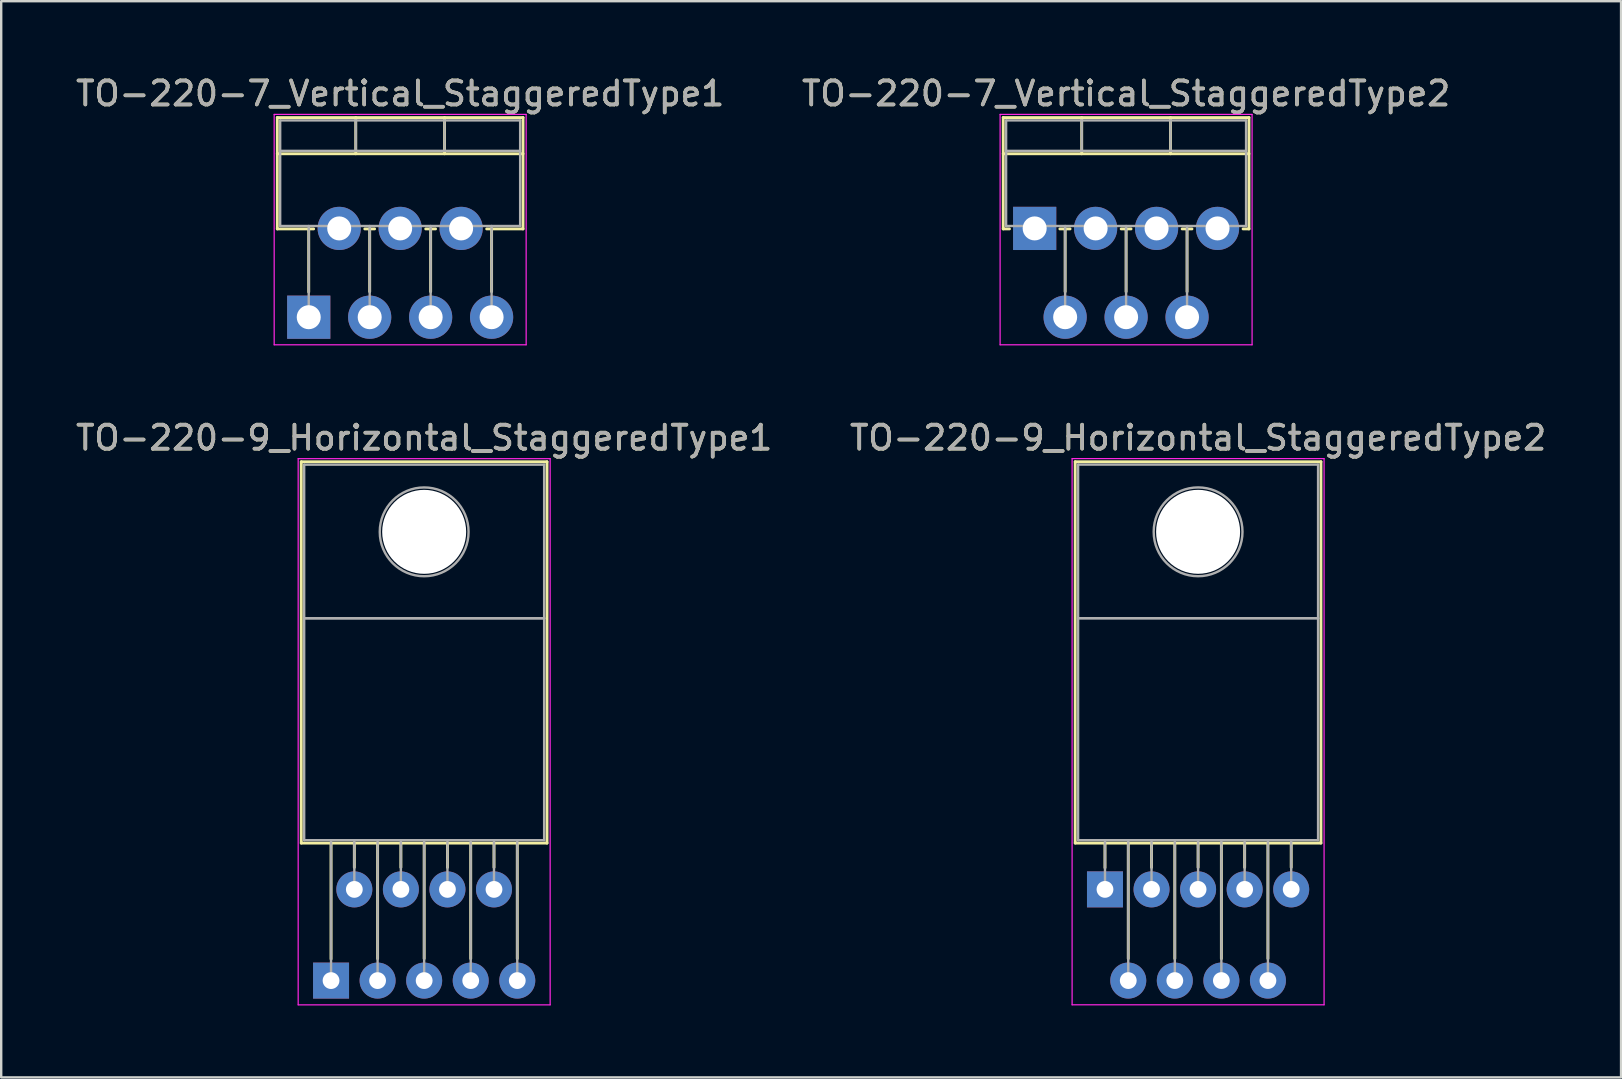
<source format=kicad_pcb>
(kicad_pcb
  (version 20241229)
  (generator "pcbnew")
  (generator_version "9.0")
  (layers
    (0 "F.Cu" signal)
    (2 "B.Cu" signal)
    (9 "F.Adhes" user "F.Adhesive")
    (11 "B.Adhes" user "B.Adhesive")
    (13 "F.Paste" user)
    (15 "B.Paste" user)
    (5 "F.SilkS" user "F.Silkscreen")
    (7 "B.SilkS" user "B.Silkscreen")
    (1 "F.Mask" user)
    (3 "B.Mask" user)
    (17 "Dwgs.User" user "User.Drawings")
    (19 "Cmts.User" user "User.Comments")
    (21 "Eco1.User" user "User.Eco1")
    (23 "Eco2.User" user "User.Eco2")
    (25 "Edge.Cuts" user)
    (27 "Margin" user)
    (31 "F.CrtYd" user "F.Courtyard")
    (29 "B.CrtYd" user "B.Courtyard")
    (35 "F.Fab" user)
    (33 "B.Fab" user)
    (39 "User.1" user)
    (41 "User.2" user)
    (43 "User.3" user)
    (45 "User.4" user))
  (footprint "TO-220-7_Vertical_StaggeredType2"
    (layer "F.Cu")
    (at 40.065 6.468)
    (property "Reference" "TO-220-7_Vertical_StaggeredType2" (at 3.81 -5.62 0) (layer "F.SilkS") (effects (font (size 1 1) (thickness 0.15))))
    (attr through_hole)
    (fp_line (start -1.31 -4.62) (end -1.31 0.021) (stroke (width 0.12) (type solid)) (layer "F.SilkS"))
    (fp_line (start -1.31 -4.62) (end 8.93 -4.62) (stroke (width 0.12) (type solid)) (layer "F.SilkS"))
    (fp_line (start -1.31 -3.111) (end 8.93 -3.111) (stroke (width 0.12) (type solid)) (layer "F.SilkS"))
    (fp_line (start -1.31 0.021) (end -1.05 0.021) (stroke (width 0.12) (type solid)) (layer "F.SilkS"))
    (fp_line (start 1.05 0.021) (end 1.475 0.021) (stroke (width 0.12) (type solid)) (layer "F.SilkS"))
    (fp_line (start 1.27 0.021) (end 1.27 2.635) (stroke (width 0.12) (type solid)) (layer "F.SilkS"))
    (fp_line (start 1.96 -4.62) (end 1.96 -3.111) (stroke (width 0.12) (type solid)) (layer "F.SilkS"))
    (fp_line (start 3.605 0.021) (end 4.016 0.021) (stroke (width 0.12) (type solid)) (layer "F.SilkS"))
    (fp_line (start 3.81 0.021) (end 3.81 2.635) (stroke (width 0.12) (type solid)) (layer "F.SilkS"))
    (fp_line (start 5.66 -4.62) (end 5.66 -3.111) (stroke (width 0.12) (type solid)) (layer "F.SilkS"))
    (fp_line (start 6.145 0.021) (end 6.555 0.021) (stroke (width 0.12) (type solid)) (layer "F.SilkS"))
    (fp_line (start 6.35 0.021) (end 6.35 2.635) (stroke (width 0.12) (type solid)) (layer "F.SilkS"))
    (fp_line (start 8.685 0.021) (end 8.93 0.021) (stroke (width 0.12) (type solid)) (layer "F.SilkS"))
    (fp_line (start 8.93 -4.62) (end 8.93 0.021) (stroke (width 0.12) (type solid)) (layer "F.SilkS"))
    (fp_line (start -1.44 -4.75) (end -1.44 4.85) (stroke (width 0.05) (type solid)) (layer "F.CrtYd"))
    (fp_line (start -1.44 4.85) (end 9.06 4.85) (stroke (width 0.05) (type solid)) (layer "F.CrtYd"))
    (fp_line (start 9.06 -4.75) (end -1.44 -4.75) (stroke (width 0.05) (type solid)) (layer "F.CrtYd"))
    (fp_line (start 9.06 4.85) (end 9.06 -4.75) (stroke (width 0.05) (type solid)) (layer "F.CrtYd"))
    (fp_line (start -1.19 -4.5) (end -1.19 -0.1) (stroke (width 0.1) (type solid)) (layer "F.Fab"))
    (fp_line (start -1.19 -3.23) (end 8.81 -3.23) (stroke (width 0.1) (type solid)) (layer "F.Fab"))
    (fp_line (start -1.19 -0.1) (end 8.81 -0.1) (stroke (width 0.1) (type solid)) (layer "F.Fab"))
    (fp_line (start 0 -0.1) (end 0 0) (stroke (width 0.1) (type solid)) (layer "F.Fab"))
    (fp_line (start 1.27 -0.1) (end 1.27 3.7) (stroke (width 0.1) (type solid)) (layer "F.Fab"))
    (fp_line (start 1.96 -4.5) (end 1.96 -3.23) (stroke (width 0.1) (type solid)) (layer "F.Fab"))
    (fp_line (start 2.54 -0.1) (end 2.54 0) (stroke (width 0.1) (type solid)) (layer "F.Fab"))
    (fp_line (start 3.81 -0.1) (end 3.81 3.7) (stroke (width 0.1) (type solid)) (layer "F.Fab"))
    (fp_line (start 5.08 -0.1) (end 5.08 0) (stroke (width 0.1) (type solid)) (layer "F.Fab"))
    (fp_line (start 5.66 -4.5) (end 5.66 -3.23) (stroke (width 0.1) (type solid)) (layer "F.Fab"))
    (fp_line (start 6.35 -0.1) (end 6.35 3.7) (stroke (width 0.1) (type solid)) (layer "F.Fab"))
    (fp_line (start 7.62 -0.1) (end 7.62 0) (stroke (width 0.1) (type solid)) (layer "F.Fab"))
    (fp_line (start 8.81 -4.5) (end -1.19 -4.5) (stroke (width 0.1) (type solid)) (layer "F.Fab"))
    (fp_line (start 8.81 -0.1) (end 8.81 -4.5) (stroke (width 0.1) (type solid)) (layer "F.Fab"))
    (fp_text user "${REFERENCE}" (at 3.81 -5.62 0) (layer "F.Fab") (effects (font (size 1 1) (thickness 0.15))))
    (pad "1" thru_hole rect (at 0 0) (size 1.8 1.8) (drill 1) (layers "*.Cu" "*.Mask"))
    (pad "2" thru_hole oval (at 1.27 3.7) (size 1.8 1.8) (drill 1) (layers "*.Cu" "*.Mask"))
    (pad "3" thru_hole oval (at 2.54 0) (size 1.8 1.8) (drill 1) (layers "*.Cu" "*.Mask"))
    (pad "4" thru_hole oval (at 3.81 3.7) (size 1.8 1.8) (drill 1) (layers "*.Cu" "*.Mask"))
    (pad "5" thru_hole oval (at 5.08 0) (size 1.8 1.8) (drill 1) (layers "*.Cu" "*.Mask"))
    (pad "6" thru_hole oval (at 6.35 3.7) (size 1.8 1.8) (drill 1) (layers "*.Cu" "*.Mask"))
    (pad "7" thru_hole oval (at 7.62 0) (size 1.8 1.8) (drill 1) (layers "*.Cu" "*.Mask")))
  (footprint "TO-220-9_Horizontal_StaggeredType1"
    (layer "F.Cu")
    (at 10.745 37.812)
    (property "Reference" "TO-220-9_Horizontal_StaggeredType1" (at 3.88 -22.62 0) (layer "F.SilkS") (effects (font (size 1 1) (thickness 0.15))))
    (attr through_hole)
    (fp_line (start -1.241 -21.62) (end -1.241 -5.73) (stroke (width 0.12) (type solid)) (layer "F.SilkS"))
    (fp_line (start -1.241 -21.62) (end 9 -21.62) (stroke (width 0.12) (type solid)) (layer "F.SilkS"))
    (fp_line (start -1.241 -5.73) (end 9 -5.73) (stroke (width 0.12) (type solid)) (layer "F.SilkS"))
    (fp_line (start 0 -5.73) (end 0 -0.9) (stroke (width 0.12) (type solid)) (layer "F.SilkS"))
    (fp_line (start 0.97 -5.73) (end 0.97 -4.716) (stroke (width 0.12) (type solid)) (layer "F.SilkS"))
    (fp_line (start 1.94 -5.73) (end 1.94 -0.915) (stroke (width 0.12) (type solid)) (layer "F.SilkS"))
    (fp_line (start 2.91 -5.73) (end 2.91 -4.716) (stroke (width 0.12) (type solid)) (layer "F.SilkS"))
    (fp_line (start 3.88 -5.73) (end 3.88 -0.915) (stroke (width 0.12) (type solid)) (layer "F.SilkS"))
    (fp_line (start 4.85 -5.73) (end 4.85 -4.716) (stroke (width 0.12) (type solid)) (layer "F.SilkS"))
    (fp_line (start 5.82 -5.73) (end 5.82 -0.915) (stroke (width 0.12) (type solid)) (layer "F.SilkS"))
    (fp_line (start 6.79 -5.73) (end 6.79 -4.716) (stroke (width 0.12) (type solid)) (layer "F.SilkS"))
    (fp_line (start 7.76 -5.73) (end 7.76 -0.915) (stroke (width 0.12) (type solid)) (layer "F.SilkS"))
    (fp_line (start 9 -21.62) (end 9 -5.73) (stroke (width 0.12) (type solid)) (layer "F.SilkS"))
    (fp_line (start -1.37 -21.75) (end -1.37 1.01) (stroke (width 0.05) (type solid)) (layer "F.CrtYd"))
    (fp_line (start -1.37 1.01) (end 9.13 1.01) (stroke (width 0.05) (type solid)) (layer "F.CrtYd"))
    (fp_line (start 9.13 -21.75) (end -1.37 -21.75) (stroke (width 0.05) (type solid)) (layer "F.CrtYd"))
    (fp_line (start 9.13 1.01) (end 9.13 -21.75) (stroke (width 0.05) (type solid)) (layer "F.CrtYd"))
    (fp_line (start -1.12 -21.5) (end 8.88 -21.5) (stroke (width 0.1) (type solid)) (layer "F.Fab"))
    (fp_line (start -1.12 -15.1) (end -1.12 -21.5) (stroke (width 0.1) (type solid)) (layer "F.Fab"))
    (fp_line (start -1.12 -15.1) (end 8.88 -15.1) (stroke (width 0.1) (type solid)) (layer "F.Fab"))
    (fp_line (start -1.12 -5.85) (end -1.12 -15.1) (stroke (width 0.1) (type solid)) (layer "F.Fab"))
    (fp_line (start 0 -5.85) (end 0 0) (stroke (width 0.1) (type solid)) (layer "F.Fab"))
    (fp_line (start 0.97 -5.85) (end 0.97 -3.8) (stroke (width 0.1) (type solid)) (layer "F.Fab"))
    (fp_line (start 1.94 -5.85) (end 1.94 0) (stroke (width 0.1) (type solid)) (layer "F.Fab"))
    (fp_line (start 2.91 -5.85) (end 2.91 -3.8) (stroke (width 0.1) (type solid)) (layer "F.Fab"))
    (fp_line (start 3.88 -5.85) (end 3.88 0) (stroke (width 0.1) (type solid)) (layer "F.Fab"))
    (fp_line (start 4.85 -5.85) (end 4.85 -3.8) (stroke (width 0.1) (type solid)) (layer "F.Fab"))
    (fp_line (start 5.82 -5.85) (end 5.82 0) (stroke (width 0.1) (type solid)) (layer "F.Fab"))
    (fp_line (start 6.79 -5.85) (end 6.79 -3.8) (stroke (width 0.1) (type solid)) (layer "F.Fab"))
    (fp_line (start 7.76 -5.85) (end 7.76 0) (stroke (width 0.1) (type solid)) (layer "F.Fab"))
    (fp_line (start 8.88 -21.5) (end 8.88 -15.1) (stroke (width 0.1) (type solid)) (layer "F.Fab"))
    (fp_line (start 8.88 -15.1) (end -1.12 -15.1) (stroke (width 0.1) (type solid)) (layer "F.Fab"))
    (fp_line (start 8.88 -15.1) (end 8.88 -5.85) (stroke (width 0.1) (type solid)) (layer "F.Fab"))
    (fp_line (start 8.88 -5.85) (end -1.12 -5.85) (stroke (width 0.1) (type solid)) (layer "F.Fab"))
    (fp_circle (center 3.88 -18.7) (end 5.73 -18.7) (stroke (width 0.1) (type solid)) (fill no) (layer "F.Fab"))
    (fp_text user "${REFERENCE}" (at 3.88 -22.62 0) (layer "F.Fab") (effects (font (size 1 1) (thickness 0.15))))
    (pad "" np_thru_hole oval (at 3.88 -18.7) (size 3.5 3.5) (drill 3.5) (layers "*.Cu" "*.Mask"))
    (pad "1" thru_hole rect (at 0 0) (size 1.5 1.5) (drill 0.7) (layers "*.Cu" "*.Mask"))
    (pad "2" thru_hole oval (at 0.97 -3.8) (size 1.5 1.5) (drill 0.7) (layers "*.Cu" "*.Mask"))
    (pad "3" thru_hole oval (at 1.94 0) (size 1.5 1.5) (drill 0.7) (layers "*.Cu" "*.Mask"))
    (pad "4" thru_hole oval (at 2.91 -3.8) (size 1.5 1.5) (drill 0.7) (layers "*.Cu" "*.Mask"))
    (pad "5" thru_hole oval (at 3.88 0) (size 1.5 1.5) (drill 0.7) (layers "*.Cu" "*.Mask"))
    (pad "6" thru_hole oval (at 4.85 -3.8) (size 1.5 1.5) (drill 0.7) (layers "*.Cu" "*.Mask"))
    (pad "7" thru_hole oval (at 5.82 0) (size 1.5 1.5) (drill 0.7) (layers "*.Cu" "*.Mask"))
    (pad "8" thru_hole oval (at 6.79 -3.8) (size 1.5 1.5) (drill 0.7) (layers "*.Cu" "*.Mask"))
    (pad "9" thru_hole oval (at 7.76 0) (size 1.5 1.5) (drill 0.7) (layers "*.Cu" "*.Mask")))
  (footprint "TO-220-9_Horizontal_StaggeredType2"
    (layer "F.Cu")
    (at 42.995 34.011)
    (property "Reference" "TO-220-9_Horizontal_StaggeredType2" (at 3.88 -18.82 0) (layer "F.SilkS") (effects (font (size 1 1) (thickness 0.15))))
    (attr through_hole)
    (fp_line (start -1.241 -17.82) (end -1.241 -1.93) (stroke (width 0.12) (type solid)) (layer "F.SilkS"))
    (fp_line (start -1.241 -17.82) (end 9 -17.82) (stroke (width 0.12) (type solid)) (layer "F.SilkS"))
    (fp_line (start -1.241 -1.93) (end 9 -1.93) (stroke (width 0.12) (type solid)) (layer "F.SilkS"))
    (fp_line (start 0 -1.93) (end 0 -0.9) (stroke (width 0.12) (type solid)) (layer "F.SilkS"))
    (fp_line (start 0.97 -1.93) (end 0.97 2.885) (stroke (width 0.12) (type solid)) (layer "F.SilkS"))
    (fp_line (start 1.94 -1.93) (end 1.94 -0.916) (stroke (width 0.12) (type solid)) (layer "F.SilkS"))
    (fp_line (start 2.91 -1.93) (end 2.91 2.885) (stroke (width 0.12) (type solid)) (layer "F.SilkS"))
    (fp_line (start 3.88 -1.93) (end 3.88 -0.916) (stroke (width 0.12) (type solid)) (layer "F.SilkS"))
    (fp_line (start 4.85 -1.93) (end 4.85 2.885) (stroke (width 0.12) (type solid)) (layer "F.SilkS"))
    (fp_line (start 5.82 -1.93) (end 5.82 -0.916) (stroke (width 0.12) (type solid)) (layer "F.SilkS"))
    (fp_line (start 6.79 -1.93) (end 6.79 2.885) (stroke (width 0.12) (type solid)) (layer "F.SilkS"))
    (fp_line (start 7.76 -1.93) (end 7.76 -0.916) (stroke (width 0.12) (type solid)) (layer "F.SilkS"))
    (fp_line (start 9 -17.82) (end 9 -1.93) (stroke (width 0.12) (type solid)) (layer "F.SilkS"))
    (fp_line (start -1.37 -17.95) (end -1.37 4.81) (stroke (width 0.05) (type solid)) (layer "F.CrtYd"))
    (fp_line (start -1.37 4.81) (end 9.13 4.81) (stroke (width 0.05) (type solid)) (layer "F.CrtYd"))
    (fp_line (start 9.13 -17.95) (end -1.37 -17.95) (stroke (width 0.05) (type solid)) (layer "F.CrtYd"))
    (fp_line (start 9.13 4.81) (end 9.13 -17.95) (stroke (width 0.05) (type solid)) (layer "F.CrtYd"))
    (fp_line (start -1.12 -17.7) (end 8.88 -17.7) (stroke (width 0.1) (type solid)) (layer "F.Fab"))
    (fp_line (start -1.12 -11.3) (end -1.12 -17.7) (stroke (width 0.1) (type solid)) (layer "F.Fab"))
    (fp_line (start -1.12 -11.3) (end 8.88 -11.3) (stroke (width 0.1) (type solid)) (layer "F.Fab"))
    (fp_line (start -1.12 -2.05) (end -1.12 -11.3) (stroke (width 0.1) (type solid)) (layer "F.Fab"))
    (fp_line (start 0 -2.05) (end 0 0) (stroke (width 0.1) (type solid)) (layer "F.Fab"))
    (fp_line (start 0.97 -2.05) (end 0.97 3.8) (stroke (width 0.1) (type solid)) (layer "F.Fab"))
    (fp_line (start 1.94 -2.05) (end 1.94 0) (stroke (width 0.1) (type solid)) (layer "F.Fab"))
    (fp_line (start 2.91 -2.05) (end 2.91 3.8) (stroke (width 0.1) (type solid)) (layer "F.Fab"))
    (fp_line (start 3.88 -2.05) (end 3.88 0) (stroke (width 0.1) (type solid)) (layer "F.Fab"))
    (fp_line (start 4.85 -2.05) (end 4.85 3.8) (stroke (width 0.1) (type solid)) (layer "F.Fab"))
    (fp_line (start 5.82 -2.05) (end 5.82 0) (stroke (width 0.1) (type solid)) (layer "F.Fab"))
    (fp_line (start 6.79 -2.05) (end 6.79 3.8) (stroke (width 0.1) (type solid)) (layer "F.Fab"))
    (fp_line (start 7.76 -2.05) (end 7.76 0) (stroke (width 0.1) (type solid)) (layer "F.Fab"))
    (fp_line (start 8.88 -17.7) (end 8.88 -11.3) (stroke (width 0.1) (type solid)) (layer "F.Fab"))
    (fp_line (start 8.88 -11.3) (end -1.12 -11.3) (stroke (width 0.1) (type solid)) (layer "F.Fab"))
    (fp_line (start 8.88 -11.3) (end 8.88 -2.05) (stroke (width 0.1) (type solid)) (layer "F.Fab"))
    (fp_line (start 8.88 -2.05) (end -1.12 -2.05) (stroke (width 0.1) (type solid)) (layer "F.Fab"))
    (fp_circle (center 3.88 -14.9) (end 5.73 -14.9) (stroke (width 0.1) (type solid)) (fill no) (layer "F.Fab"))
    (fp_text user "${REFERENCE}" (at 3.88 -18.82 0) (layer "F.Fab") (effects (font (size 1 1) (thickness 0.15))))
    (pad "" np_thru_hole oval (at 3.88 -14.9) (size 3.5 3.5) (drill 3.5) (layers "*.Cu" "*.Mask"))
    (pad "1" thru_hole rect (at 0 0) (size 1.5 1.5) (drill 0.7) (layers "*.Cu" "*.Mask"))
    (pad "2" thru_hole oval (at 0.97 3.8) (size 1.5 1.5) (drill 0.7) (layers "*.Cu" "*.Mask"))
    (pad "3" thru_hole oval (at 1.94 0) (size 1.5 1.5) (drill 0.7) (layers "*.Cu" "*.Mask"))
    (pad "4" thru_hole oval (at 2.91 3.8) (size 1.5 1.5) (drill 0.7) (layers "*.Cu" "*.Mask"))
    (pad "5" thru_hole oval (at 3.88 0) (size 1.5 1.5) (drill 0.7) (layers "*.Cu" "*.Mask"))
    (pad "6" thru_hole oval (at 4.85 3.8) (size 1.5 1.5) (drill 0.7) (layers "*.Cu" "*.Mask"))
    (pad "7" thru_hole oval (at 5.82 0) (size 1.5 1.5) (drill 0.7) (layers "*.Cu" "*.Mask"))
    (pad "8" thru_hole oval (at 6.79 3.8) (size 1.5 1.5) (drill 0.7) (layers "*.Cu" "*.Mask"))
    (pad "9" thru_hole oval (at 7.76 0) (size 1.5 1.5) (drill 0.7) (layers "*.Cu" "*.Mask")))
  (footprint "TO-220-7_Vertical_StaggeredType1"
    (layer "F.Cu")
    (at 9.815 10.168)
    (property "Reference" "TO-220-7_Vertical_StaggeredType1" (at 3.81 -9.32 0) (layer "F.SilkS") (effects (font (size 1 1) (thickness 0.15))))
    (attr through_hole)
    (fp_line (start -1.31 -8.32) (end -1.31 -3.679) (stroke (width 0.12) (type solid)) (layer "F.SilkS"))
    (fp_line (start -1.31 -8.32) (end 8.93 -8.32) (stroke (width 0.12) (type solid)) (layer "F.SilkS"))
    (fp_line (start -1.31 -6.811) (end 8.93 -6.811) (stroke (width 0.12) (type solid)) (layer "F.SilkS"))
    (fp_line (start -1.31 -3.679) (end 0.205 -3.679) (stroke (width 0.12) (type solid)) (layer "F.SilkS"))
    (fp_line (start 0 -3.679) (end 0 -1.049) (stroke (width 0.12) (type solid)) (layer "F.SilkS"))
    (fp_line (start 1.96 -8.32) (end 1.96 -6.811) (stroke (width 0.12) (type solid)) (layer "F.SilkS"))
    (fp_line (start 2.336 -3.679) (end 2.745 -3.679) (stroke (width 0.12) (type solid)) (layer "F.SilkS"))
    (fp_line (start 2.54 -3.679) (end 2.54 -1.065) (stroke (width 0.12) (type solid)) (layer "F.SilkS"))
    (fp_line (start 4.875 -3.679) (end 5.285 -3.679) (stroke (width 0.12) (type solid)) (layer "F.SilkS"))
    (fp_line (start 5.08 -3.679) (end 5.08 -1.065) (stroke (width 0.12) (type solid)) (layer "F.SilkS"))
    (fp_line (start 5.66 -8.32) (end 5.66 -6.811) (stroke (width 0.12) (type solid)) (layer "F.SilkS"))
    (fp_line (start 7.415 -3.679) (end 8.93 -3.679) (stroke (width 0.12) (type solid)) (layer "F.SilkS"))
    (fp_line (start 7.62 -3.679) (end 7.62 -1.065) (stroke (width 0.12) (type solid)) (layer "F.SilkS"))
    (fp_line (start 8.93 -8.32) (end 8.93 -3.679) (stroke (width 0.12) (type solid)) (layer "F.SilkS"))
    (fp_line (start -1.44 -8.45) (end -1.44 1.15) (stroke (width 0.05) (type solid)) (layer "F.CrtYd"))
    (fp_line (start -1.44 1.15) (end 9.06 1.15) (stroke (width 0.05) (type solid)) (layer "F.CrtYd"))
    (fp_line (start 9.06 -8.45) (end -1.44 -8.45) (stroke (width 0.05) (type solid)) (layer "F.CrtYd"))
    (fp_line (start 9.06 1.15) (end 9.06 -8.45) (stroke (width 0.05) (type solid)) (layer "F.CrtYd"))
    (fp_line (start -1.19 -8.2) (end -1.19 -3.8) (stroke (width 0.1) (type solid)) (layer "F.Fab"))
    (fp_line (start -1.19 -6.93) (end 8.81 -6.93) (stroke (width 0.1) (type solid)) (layer "F.Fab"))
    (fp_line (start -1.19 -3.8) (end 8.81 -3.8) (stroke (width 0.1) (type solid)) (layer "F.Fab"))
    (fp_line (start 0 -3.8) (end 0 0) (stroke (width 0.1) (type solid)) (layer "F.Fab"))
    (fp_line (start 1.27 -3.8) (end 1.27 -3.7) (stroke (width 0.1) (type solid)) (layer "F.Fab"))
    (fp_line (start 1.96 -8.2) (end 1.96 -6.93) (stroke (width 0.1) (type solid)) (layer "F.Fab"))
    (fp_line (start 2.54 -3.8) (end 2.54 0) (stroke (width 0.1) (type solid)) (layer "F.Fab"))
    (fp_line (start 3.81 -3.8) (end 3.81 -3.7) (stroke (width 0.1) (type solid)) (layer "F.Fab"))
    (fp_line (start 5.08 -3.8) (end 5.08 0) (stroke (width 0.1) (type solid)) (layer "F.Fab"))
    (fp_line (start 5.66 -8.2) (end 5.66 -6.93) (stroke (width 0.1) (type solid)) (layer "F.Fab"))
    (fp_line (start 6.35 -3.8) (end 6.35 -3.7) (stroke (width 0.1) (type solid)) (layer "F.Fab"))
    (fp_line (start 7.62 -3.8) (end 7.62 0) (stroke (width 0.1) (type solid)) (layer "F.Fab"))
    (fp_line (start 8.81 -8.2) (end -1.19 -8.2) (stroke (width 0.1) (type solid)) (layer "F.Fab"))
    (fp_line (start 8.81 -3.8) (end 8.81 -8.2) (stroke (width 0.1) (type solid)) (layer "F.Fab"))
    (fp_text user "${REFERENCE}" (at 3.81 -9.32 0) (layer "F.Fab") (effects (font (size 1 1) (thickness 0.15))))
    (pad "1" thru_hole rect (at 0 0) (size 1.8 1.8) (drill 1) (layers "*.Cu" "*.Mask"))
    (pad "2" thru_hole oval (at 1.27 -3.7) (size 1.8 1.8) (drill 1) (layers "*.Cu" "*.Mask"))
    (pad "3" thru_hole oval (at 2.54 0) (size 1.8 1.8) (drill 1) (layers "*.Cu" "*.Mask"))
    (pad "4" thru_hole oval (at 3.81 -3.7) (size 1.8 1.8) (drill 1) (layers "*.Cu" "*.Mask"))
    (pad "5" thru_hole oval (at 5.08 0) (size 1.8 1.8) (drill 1) (layers "*.Cu" "*.Mask"))
    (pad "6" thru_hole oval (at 6.35 -3.7) (size 1.8 1.8) (drill 1) (layers "*.Cu" "*.Mask"))
    (pad "7" thru_hole oval (at 7.62 0) (size 1.8 1.8) (drill 1) (layers "*.Cu" "*.Mask")))
  (gr_rect
    (start -3 -3)
    (end 64.5 41.846)
    (stroke (width 0.1) (type default))
    (fill no)
    (layer "Edge.Cuts")))
</source>
